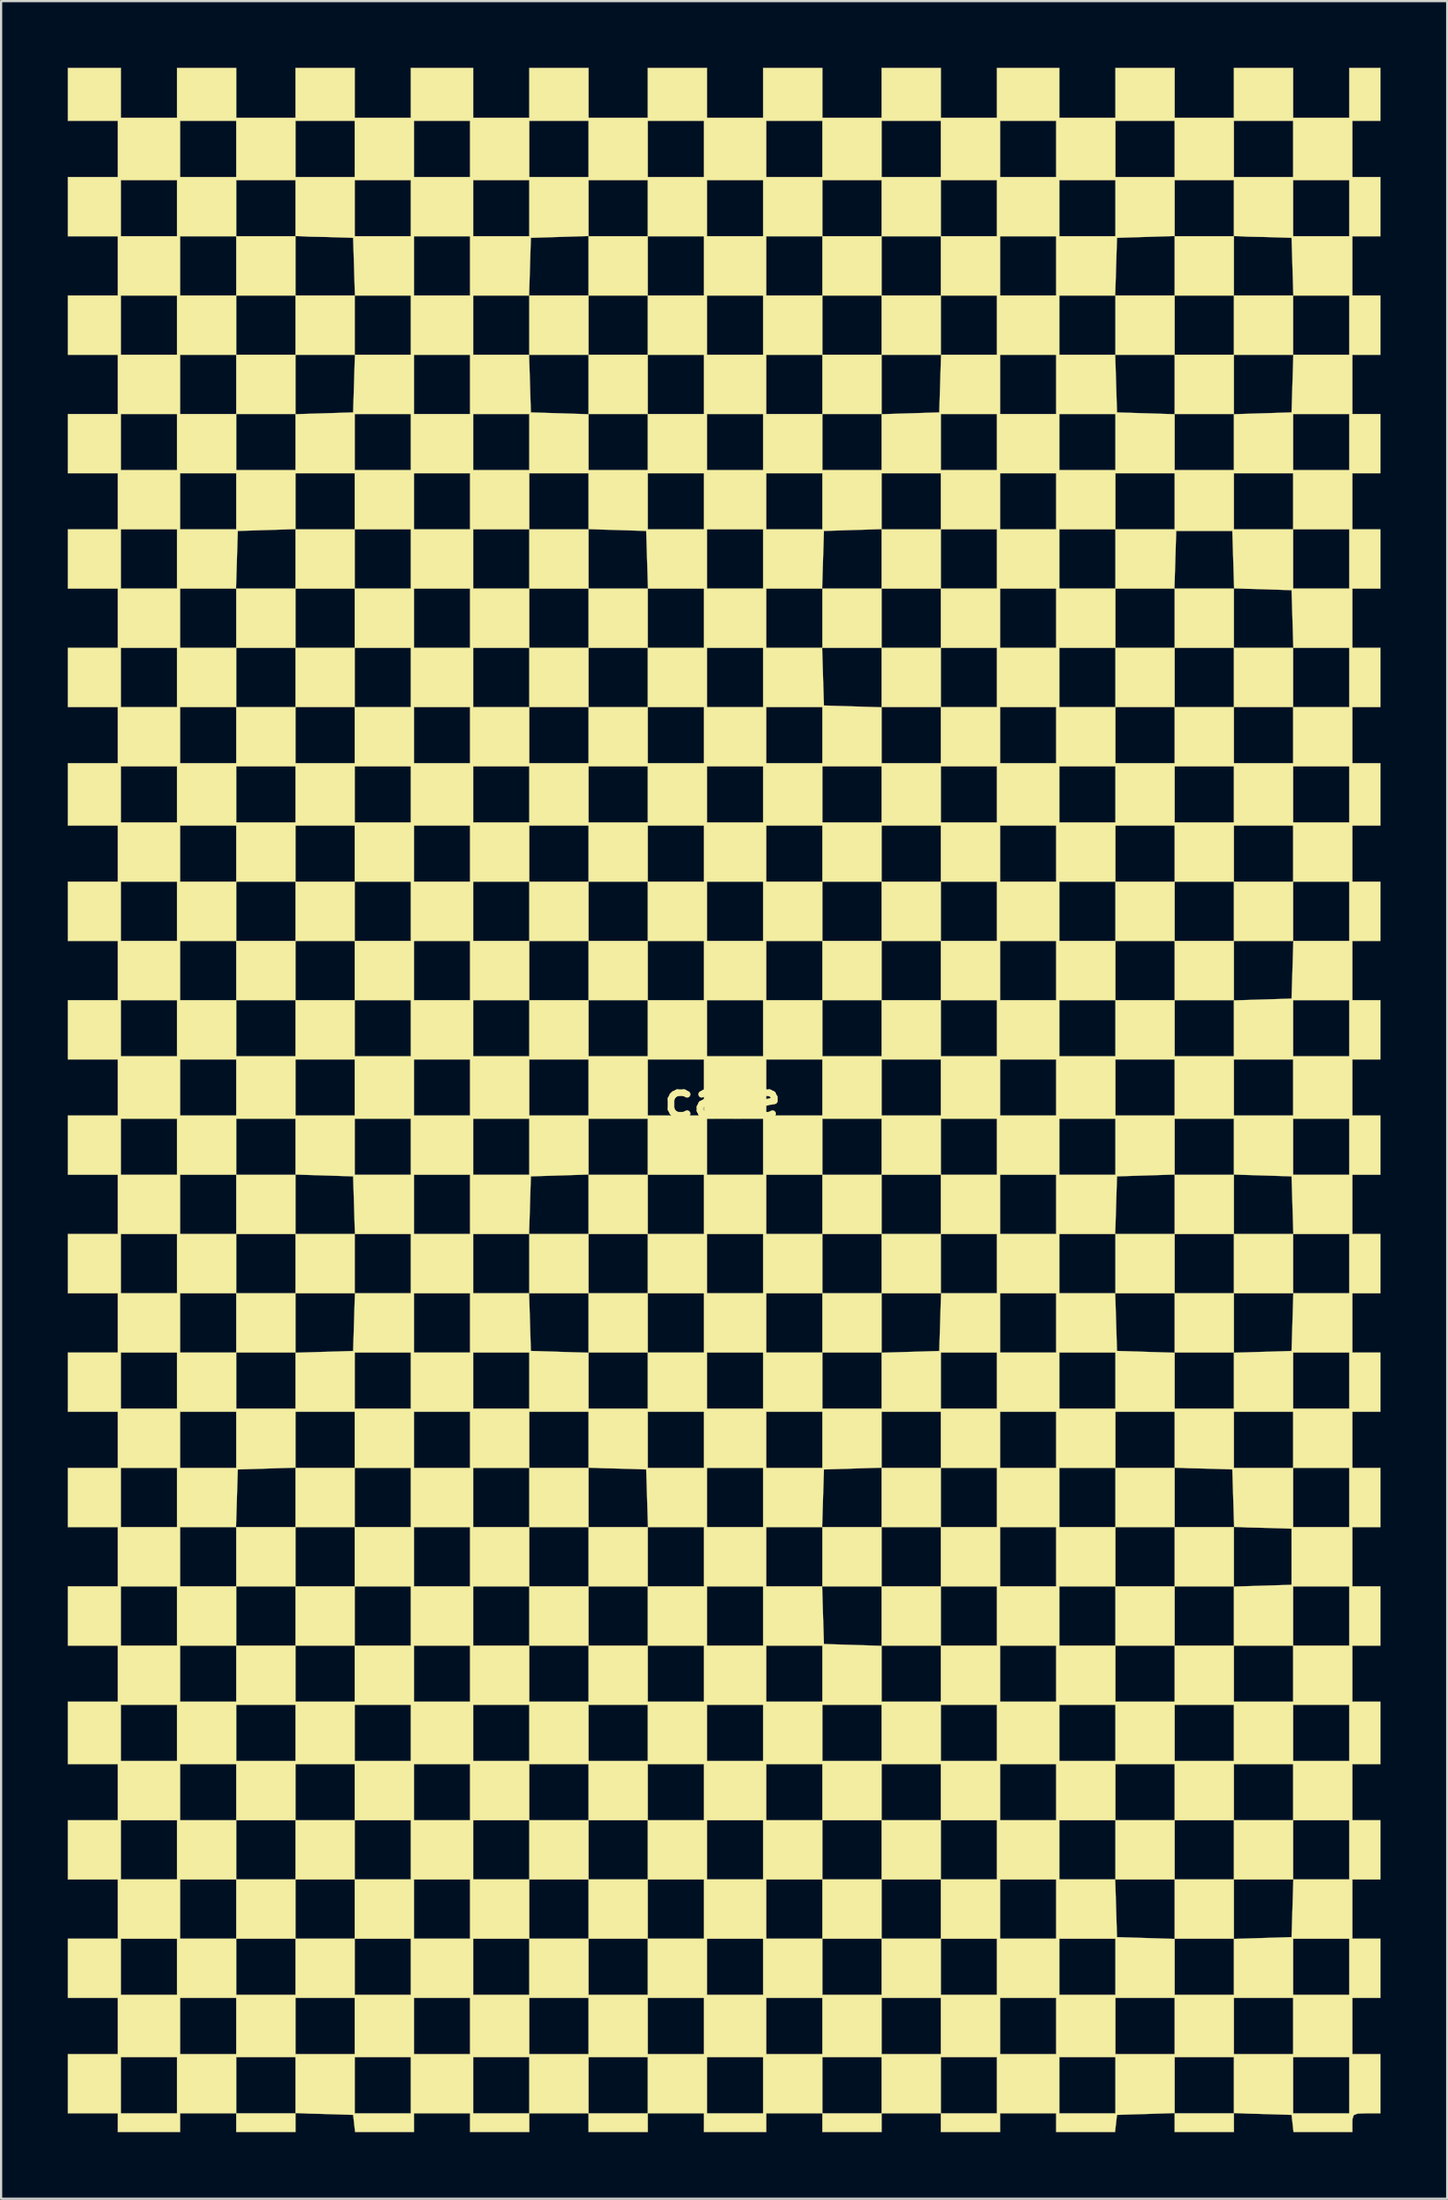
<source format=kicad_pcb>
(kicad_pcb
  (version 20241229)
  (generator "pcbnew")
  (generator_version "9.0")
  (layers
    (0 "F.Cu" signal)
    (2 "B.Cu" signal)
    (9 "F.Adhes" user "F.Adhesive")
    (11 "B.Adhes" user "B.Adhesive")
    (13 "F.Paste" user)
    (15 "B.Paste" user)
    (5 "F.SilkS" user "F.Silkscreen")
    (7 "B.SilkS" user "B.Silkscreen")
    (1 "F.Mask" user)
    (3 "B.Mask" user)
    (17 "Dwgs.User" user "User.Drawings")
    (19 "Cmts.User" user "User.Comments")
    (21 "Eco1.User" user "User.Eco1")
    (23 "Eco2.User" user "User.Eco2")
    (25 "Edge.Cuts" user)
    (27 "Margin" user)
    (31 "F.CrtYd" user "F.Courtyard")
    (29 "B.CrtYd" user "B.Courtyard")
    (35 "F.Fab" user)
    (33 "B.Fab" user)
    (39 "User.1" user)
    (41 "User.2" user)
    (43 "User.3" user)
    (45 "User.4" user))
  (footprint "case"
    (layer "F.Cu")
    (at 29.475 46.455)
    (property "Reference" "case" (at 0 0 0) (layer "F.SilkS") (effects (font (size 1.524 1.524) (thickness 0.3))))
    (attr through_hole)
    (fp_poly (pts (xy -19.225 -36.206) (xy -21.892 -36.206) (xy -21.892 -38.872) (xy -19.225 -38.872) (xy -19.225 -36.206)) (stroke (width 0.01) (type solid)) (fill yes) (layer "F.SilkS"))
    (fp_poly (pts (xy -19.225 -30.873) (xy -21.892 -30.873) (xy -21.892 -33.539) (xy -19.225 -33.539) (xy -19.225 -30.873)) (stroke (width 0.01) (type solid)) (fill yes) (layer "F.SilkS"))
    (fp_poly (pts (xy -19.225 -20.348) (xy -21.892 -20.348) (xy -21.892 -23.014) (xy -19.225 -23.014) (xy -19.225 -20.348)) (stroke (width 0.01) (type solid)) (fill yes) (layer "F.SilkS"))
    (fp_poly (pts (xy -19.225 -4.491) (xy -21.892 -4.491) (xy -21.892 -7.157) (xy -19.225 -7.157) (xy -19.225 -4.491)) (stroke (width 0.01) (type solid)) (fill yes) (layer "F.SilkS"))
    (fp_poly (pts (xy -19.225 6.034) (xy -21.892 6.034) (xy -21.892 3.368) (xy -19.225 3.368) (xy -19.225 6.034)) (stroke (width 0.01) (type solid)) (fill yes) (layer "F.SilkS"))
    (fp_poly (pts (xy -19.225 11.367) (xy -21.892 11.367) (xy -21.892 8.701) (xy -19.225 8.701) (xy -19.225 11.367)) (stroke (width 0.01) (type solid)) (fill yes) (layer "F.SilkS"))
    (fp_poly (pts (xy -19.225 21.892) (xy -21.892 21.892) (xy -21.892 19.225) (xy -19.225 19.225) (xy -19.225 21.892)) (stroke (width 0.01) (type solid)) (fill yes) (layer "F.SilkS"))
    (fp_poly (pts (xy -19.225 37.749) (xy -21.892 37.749) (xy -21.892 35.083) (xy -19.225 35.083) (xy -19.225 37.749)) (stroke (width 0.01) (type solid)) (fill yes) (layer "F.SilkS"))
    (fp_poly (pts (xy -19.225 46.45) (xy -21.892 46.45) (xy -21.892 45.608) (xy -19.225 45.608) (xy -19.225 46.45)) (stroke (width 0.01) (type solid)) (fill yes) (layer "F.SilkS"))
    (fp_poly (pts (xy -16.559 -33.539) (xy -19.225 -33.539) (xy -19.225 -36.206) (xy -16.559 -36.206) (xy -16.559 -33.539)) (stroke (width 0.01) (type solid)) (fill yes) (layer "F.SilkS"))
    (fp_poly (pts (xy -16.559 -23.014) (xy -19.225 -23.014) (xy -19.225 -25.681) (xy -16.559 -25.681) (xy -16.559 -23.014)) (stroke (width 0.01) (type solid)) (fill yes) (layer "F.SilkS"))
    (fp_poly (pts (xy -16.559 -17.682) (xy -19.225 -17.682) (xy -19.225 -20.348) (xy -16.559 -20.348) (xy -16.559 -17.682)) (stroke (width 0.01) (type solid)) (fill yes) (layer "F.SilkS"))
    (fp_poly (pts (xy -16.559 -7.157) (xy -19.225 -7.157) (xy -19.225 -9.823) (xy -16.559 -9.823) (xy -16.559 -7.157)) (stroke (width 0.01) (type solid)) (fill yes) (layer "F.SilkS"))
    (fp_poly (pts (xy -16.559 8.701) (xy -19.225 8.701) (xy -19.225 6.034) (xy -16.559 6.034) (xy -16.559 8.701)) (stroke (width 0.01) (type solid)) (fill yes) (layer "F.SilkS"))
    (fp_poly (pts (xy -16.559 19.225) (xy -19.225 19.225) (xy -19.225 16.559) (xy -16.559 16.559) (xy -16.559 19.225)) (stroke (width 0.01) (type solid)) (fill yes) (layer "F.SilkS"))
    (fp_poly (pts (xy -16.559 24.558) (xy -19.225 24.558) (xy -19.225 21.892) (xy -16.559 21.892) (xy -16.559 24.558)) (stroke (width 0.01) (type solid)) (fill yes) (layer "F.SilkS"))
    (fp_poly (pts (xy -16.559 35.083) (xy -19.225 35.083) (xy -19.225 32.417) (xy -16.559 32.417) (xy -16.559 35.083)) (stroke (width 0.01) (type solid)) (fill yes) (layer "F.SilkS"))
    (fp_poly (pts (xy -6.034 -33.539) (xy -8.701 -33.539) (xy -8.701 -36.206) (xy -6.034 -36.206) (xy -6.034 -33.539)) (stroke (width 0.01) (type solid)) (fill yes) (layer "F.SilkS"))
    (fp_poly (pts (xy -6.034 -23.014) (xy -8.701 -23.014) (xy -8.701 -25.681) (xy -6.034 -25.681) (xy -6.034 -23.014)) (stroke (width 0.01) (type solid)) (fill yes) (layer "F.SilkS"))
    (fp_poly (pts (xy -6.034 -17.682) (xy -8.701 -17.682) (xy -8.701 -20.348) (xy -6.034 -20.348) (xy -6.034 -17.682)) (stroke (width 0.01) (type solid)) (fill yes) (layer "F.SilkS"))
    (fp_poly (pts (xy -6.034 -7.157) (xy -8.701 -7.157) (xy -8.701 -9.823) (xy -6.034 -9.823) (xy -6.034 -7.157)) (stroke (width 0.01) (type solid)) (fill yes) (layer "F.SilkS"))
    (fp_poly (pts (xy -6.034 8.701) (xy -8.701 8.701) (xy -8.701 6.034) (xy -6.034 6.034) (xy -6.034 8.701)) (stroke (width 0.01) (type solid)) (fill yes) (layer "F.SilkS"))
    (fp_poly (pts (xy -6.034 19.225) (xy -8.701 19.225) (xy -8.701 16.559) (xy -6.034 16.559) (xy -6.034 19.225)) (stroke (width 0.01) (type solid)) (fill yes) (layer "F.SilkS"))
    (fp_poly (pts (xy -6.034 24.558) (xy -8.701 24.558) (xy -8.701 21.892) (xy -6.034 21.892) (xy -6.034 24.558)) (stroke (width 0.01) (type solid)) (fill yes) (layer "F.SilkS"))
    (fp_poly (pts (xy -6.034 35.083) (xy -8.701 35.083) (xy -8.701 32.417) (xy -6.034 32.417) (xy -6.034 35.083)) (stroke (width 0.01) (type solid)) (fill yes) (layer "F.SilkS"))
    (fp_poly (pts (xy -3.368 -36.206) (xy -6.034 -36.206) (xy -6.034 -38.872) (xy -3.368 -38.872) (xy -3.368 -36.206)) (stroke (width 0.01) (type solid)) (fill yes) (layer "F.SilkS"))
    (fp_poly (pts (xy -3.368 -30.873) (xy -6.034 -30.873) (xy -6.034 -33.539) (xy -3.368 -33.539) (xy -3.368 -30.873)) (stroke (width 0.01) (type solid)) (fill yes) (layer "F.SilkS"))
    (fp_poly (pts (xy -3.368 -20.348) (xy -6.034 -20.348) (xy -6.034 -23.014) (xy -3.368 -23.014) (xy -3.368 -20.348)) (stroke (width 0.01) (type solid)) (fill yes) (layer "F.SilkS"))
    (fp_poly (pts (xy -3.368 -4.491) (xy -6.034 -4.491) (xy -6.034 -7.157) (xy -3.368 -7.157) (xy -3.368 -4.491)) (stroke (width 0.01) (type solid)) (fill yes) (layer "F.SilkS"))
    (fp_poly (pts (xy -3.368 6.034) (xy -6.034 6.034) (xy -6.034 3.368) (xy -3.368 3.368) (xy -3.368 6.034)) (stroke (width 0.01) (type solid)) (fill yes) (layer "F.SilkS"))
    (fp_poly (pts (xy -3.368 11.367) (xy -6.034 11.367) (xy -6.034 8.701) (xy -3.368 8.701) (xy -3.368 11.367)) (stroke (width 0.01) (type solid)) (fill yes) (layer "F.SilkS"))
    (fp_poly (pts (xy -3.368 21.892) (xy -6.034 21.892) (xy -6.034 19.225) (xy -3.368 19.225) (xy -3.368 21.892)) (stroke (width 0.01) (type solid)) (fill yes) (layer "F.SilkS"))
    (fp_poly (pts (xy -3.368 37.749) (xy -6.034 37.749) (xy -6.034 35.083) (xy -3.368 35.083) (xy -3.368 37.749)) (stroke (width 0.01) (type solid)) (fill yes) (layer "F.SilkS"))
    (fp_poly (pts (xy 7.157 -36.206) (xy 4.491 -36.206) (xy 4.491 -38.872) (xy 7.157 -38.872) (xy 7.157 -36.206)) (stroke (width 0.01) (type solid)) (fill yes) (layer "F.SilkS"))
    (fp_poly (pts (xy 7.157 -30.873) (xy 4.491 -30.873) (xy 4.491 -33.539) (xy 7.157 -33.539) (xy 7.157 -30.873)) (stroke (width 0.01) (type solid)) (fill yes) (layer "F.SilkS"))
    (fp_poly (pts (xy 7.157 -20.348) (xy 4.491 -20.348) (xy 4.491 -23.014) (xy 7.157 -23.014) (xy 7.157 -20.348)) (stroke (width 0.01) (type solid)) (fill yes) (layer "F.SilkS"))
    (fp_poly (pts (xy 7.157 -4.491) (xy 4.491 -4.491) (xy 4.491 -7.157) (xy 7.157 -7.157) (xy 7.157 -4.491)) (stroke (width 0.01) (type solid)) (fill yes) (layer "F.SilkS"))
    (fp_poly (pts (xy 7.157 6.034) (xy 4.491 6.034) (xy 4.491 3.368) (xy 7.157 3.368) (xy 7.157 6.034)) (stroke (width 0.01) (type solid)) (fill yes) (layer "F.SilkS"))
    (fp_poly (pts (xy 7.157 11.367) (xy 4.491 11.367) (xy 4.491 8.701) (xy 7.157 8.701) (xy 7.157 11.367)) (stroke (width 0.01) (type solid)) (fill yes) (layer "F.SilkS"))
    (fp_poly (pts (xy 7.157 21.892) (xy 4.491 21.892) (xy 4.491 19.225) (xy 7.157 19.225) (xy 7.157 21.892)) (stroke (width 0.01) (type solid)) (fill yes) (layer "F.SilkS"))
    (fp_poly (pts (xy 7.157 37.749) (xy 4.491 37.749) (xy 4.491 35.083) (xy 7.157 35.083) (xy 7.157 37.749)) (stroke (width 0.01) (type solid)) (fill yes) (layer "F.SilkS"))
    (fp_poly (pts (xy 9.823 -33.539) (xy 7.157 -33.539) (xy 7.157 -36.206) (xy 9.823 -36.206) (xy 9.823 -33.539)) (stroke (width 0.01) (type solid)) (fill yes) (layer "F.SilkS"))
    (fp_poly (pts (xy 9.823 -23.014) (xy 7.157 -23.014) (xy 7.157 -25.681) (xy 9.823 -25.681) (xy 9.823 -23.014)) (stroke (width 0.01) (type solid)) (fill yes) (layer "F.SilkS"))
    (fp_poly (pts (xy 9.823 -17.682) (xy 7.157 -17.682) (xy 7.157 -20.348) (xy 9.823 -20.348) (xy 9.823 -17.682)) (stroke (width 0.01) (type solid)) (fill yes) (layer "F.SilkS"))
    (fp_poly (pts (xy 9.823 -7.157) (xy 7.157 -7.157) (xy 7.157 -9.823) (xy 9.823 -9.823) (xy 9.823 -7.157)) (stroke (width 0.01) (type solid)) (fill yes) (layer "F.SilkS"))
    (fp_poly (pts (xy 9.823 8.701) (xy 7.157 8.701) (xy 7.157 6.034) (xy 9.823 6.034) (xy 9.823 8.701)) (stroke (width 0.01) (type solid)) (fill yes) (layer "F.SilkS"))
    (fp_poly (pts (xy 9.823 19.225) (xy 7.157 19.225) (xy 7.157 16.559) (xy 9.823 16.559) (xy 9.823 19.225)) (stroke (width 0.01) (type solid)) (fill yes) (layer "F.SilkS"))
    (fp_poly (pts (xy 9.823 24.558) (xy 7.157 24.558) (xy 7.157 21.892) (xy 9.823 21.892) (xy 9.823 24.558)) (stroke (width 0.01) (type solid)) (fill yes) (layer "F.SilkS"))
    (fp_poly (pts (xy 9.823 35.083) (xy 7.157 35.083) (xy 7.157 32.417) (xy 9.823 32.417) (xy 9.823 35.083)) (stroke (width 0.01) (type solid)) (fill yes) (layer "F.SilkS"))
    (fp_poly (pts (xy 20.348 -17.682) (xy 17.682 -17.682) (xy 17.682 -20.348) (xy 20.348 -20.348) (xy 20.348 -17.682)) (stroke (width 0.01) (type solid)) (fill yes) (layer "F.SilkS"))
    (fp_poly (pts (xy 20.348 -7.157) (xy 17.682 -7.157) (xy 17.682 -9.823) (xy 20.348 -9.823) (xy 20.348 -7.157)) (stroke (width 0.01) (type solid)) (fill yes) (layer "F.SilkS"))
    (fp_poly (pts (xy 20.348 19.225) (xy 17.682 19.225) (xy 17.682 16.559) (xy 20.348 16.559) (xy 20.348 19.225)) (stroke (width 0.01) (type solid)) (fill yes) (layer "F.SilkS"))
    (fp_poly (pts (xy 20.348 24.558) (xy 17.682 24.558) (xy 17.682 21.892) (xy 20.348 21.892) (xy 20.348 24.558)) (stroke (width 0.01) (type solid)) (fill yes) (layer "F.SilkS"))
    (fp_poly (pts (xy 20.348 35.083) (xy 17.682 35.083) (xy 17.682 32.417) (xy 20.348 32.417) (xy 20.348 35.083)) (stroke (width 0.01) (type solid)) (fill yes) (layer "F.SilkS"))
    (fp_poly (pts (xy 23.014 -20.348) (xy 20.348 -20.348) (xy 20.348 -23.014) (xy 23.014 -23.014) (xy 23.014 -20.348)) (stroke (width 0.01) (type solid)) (fill yes) (layer "F.SilkS"))
    (fp_poly (pts (xy 23.014 -4.491) (xy 20.348 -4.491) (xy 20.348 -7.157) (xy 23.014 -7.157) (xy 23.014 -4.491)) (stroke (width 0.01) (type solid)) (fill yes) (layer "F.SilkS"))
    (fp_poly (pts (xy 23.014 21.892) (xy 20.348 21.892) (xy 20.348 19.225) (xy 23.014 19.225) (xy 23.014 21.892)) (stroke (width 0.01) (type solid)) (fill yes) (layer "F.SilkS"))
    (fp_poly (pts (xy 23.014 37.749) (xy 20.348 37.749) (xy 20.348 35.083) (xy 23.014 35.083) (xy 23.014 37.749)) (stroke (width 0.01) (type solid)) (fill yes) (layer "F.SilkS"))
    (fp_poly (pts (xy 23.014 46.45) (xy 20.348 46.45) (xy 20.348 45.608) (xy 23.014 45.608) (xy 23.014 46.45)) (stroke (width 0.01) (type solid)) (fill yes) (layer "F.SilkS"))
    (fp_poly (pts (xy 25.681 -17.682) (xy 23.014 -17.682) (xy 23.014 -20.348) (xy 25.681 -20.348) (xy 25.681 -17.682)) (stroke (width 0.01) (type solid)) (fill yes) (layer "F.SilkS"))
    (fp_poly (pts (xy 25.681 -7.157) (xy 23.014 -7.157) (xy 23.014 -9.823) (xy 25.681 -9.823) (xy 25.681 -7.157)) (stroke (width 0.01) (type solid)) (fill yes) (layer "F.SilkS"))
    (fp_poly (pts (xy 25.681 35.083) (xy 23.014 35.083) (xy 23.014 32.417) (xy 25.681 32.417) (xy 25.681 35.083)) (stroke (width 0.01) (type solid)) (fill yes) (layer "F.SilkS"))
    (fp_poly (pts (xy 25.681 -36.206) (xy 25.681 -33.539) (xy 23.014 -33.539) (xy 23.014 -30.873) (xy 20.348 -30.873) (xy 20.348 -33.539) (xy 17.682 -33.539) (xy 17.682 -36.206) (xy 20.348 -36.206) (xy 20.348 -33.539) (xy 23.014 -33.539) (xy 23.014 -36.206) (xy 20.348 -36.206) (xy 20.348 -38.872) (xy 23.014 -38.872) (xy 23.014 -36.206) (xy 25.681 -36.206)) (stroke (width 0.01) (type solid)) (fill yes) (layer "F.SilkS"))
    (fp_poly (pts (xy 25.681 6.034) (xy 25.681 8.701) (xy 23.014 8.701) (xy 23.014 11.367) (xy 20.348 11.367) (xy 20.348 8.701) (xy 17.682 8.701) (xy 17.682 6.034) (xy 20.348 6.034) (xy 20.348 8.701) (xy 23.014 8.701) (xy 23.014 6.034) (xy 20.348 6.034) (xy 20.348 3.368) (xy 23.014 3.368) (xy 23.014 6.034) (xy 25.681 6.034)) (stroke (width 0.01) (type solid)) (fill yes) (layer "F.SilkS"))
    (fp_poly (pts (xy -27.084 -44.204) (xy -24.558 -44.204) (xy -24.558 -46.45) (xy -21.892 -46.45) (xy -21.892 -44.204) (xy -19.225 -44.204) (xy -19.225 -46.45) (xy -16.559 -46.45) (xy -16.559 -44.204) (xy -14.033 -44.204) (xy -14.033 -46.45) (xy -11.227 -46.45) (xy -11.227 -44.204) (xy -8.701 -44.204) (xy -8.701 -46.45) (xy -6.034 -46.45) (xy -6.034 -44.204) (xy -3.368 -44.204) (xy -3.368 -46.45) (xy -0.702 -46.45) (xy -0.702 -44.204) (xy 1.824 -44.204) (xy 1.824 -46.45) (xy 4.491 -46.45) (xy 4.491 -44.204) (xy 7.157 -44.204) (xy 7.157 -46.45) (xy 9.823 -46.45) (xy 9.823 -44.204) (xy 12.349 -44.204) (xy 12.349 -46.45) (xy 15.156 -46.45) (xy 15.156 -44.204) (xy 17.682 -44.204) (xy 17.682 -46.45) (xy 20.348 -46.45) (xy 20.348 -44.204) (xy 23.014 -44.204) (xy 23.014 -46.45) (xy 25.681 -46.45) (xy 25.681 -44.204) (xy 28.207 -44.204) (xy 28.207 -46.45) (xy 29.61 -46.45) (xy 29.61 -44.064) (xy 28.347 -44.064) (xy 28.347 -41.538) (xy 29.61 -41.538) (xy 29.61 -38.872) (xy 28.347 -38.872) (xy 28.347 -36.206) (xy 29.61 -36.206) (xy 29.61 -33.539) (xy 28.347 -33.539) (xy 28.347 -30.873) (xy 29.61 -30.873) (xy 29.61 -28.207) (xy 28.347 -28.207) (xy 28.347 -25.681) (xy 29.61 -25.681) (xy 29.61 -23.014) (xy 28.347 -23.014) (xy 28.347 -20.348) (xy 29.61 -20.348) (xy 29.61 -17.682) (xy 28.347 -17.682) (xy 28.347 -15.156) (xy 29.61 -15.156) (xy 29.61 -12.349) (xy 28.347 -12.349) (xy 28.347 -9.823) (xy 29.61 -9.823) (xy 29.61 -7.157) (xy 28.347 -7.157) (xy 28.347 -4.491) (xy 29.61 -4.491) (xy 29.61 -1.824) (xy 28.347 -1.824) (xy 28.347 0.702) (xy 29.61 0.702) (xy 29.61 3.368) (xy 28.347 3.368) (xy 28.347 6.034) (xy 29.61 6.034) (xy 29.61 8.701) (xy 28.347 8.701) (xy 28.347 11.367) (xy 29.61 11.367) (xy 29.61 14.033) (xy 28.347 14.033) (xy 28.347 16.559) (xy 29.61 16.559) (xy 29.61 19.225) (xy 28.347 19.225) (xy 28.347 21.892) (xy 29.61 21.892) (xy 29.61 24.558) (xy 28.347 24.558) (xy 28.347 27.084) (xy 29.61 27.084) (xy 29.61 29.891) (xy 28.347 29.891) (xy 28.347 32.417) (xy 29.61 32.417) (xy 29.61 35.083) (xy 28.347 35.083) (xy 28.347 37.749) (xy 29.61 37.749) (xy 29.61 40.415) (xy 28.347 40.415) (xy 28.347 42.941) (xy 29.61 42.941) (xy 29.61 45.608) (xy 28.978 45.608) (xy 28.59 45.62) (xy 28.406 45.69) (xy 28.351 45.87) (xy 28.347 46.029) (xy 28.347 46.45) (xy 25.699 46.45) (xy 25.655 46.064) (xy 25.61 45.678) (xy 24.312 45.638) (xy 23.014 45.597) (xy 23.014 43.082) (xy 25.681 43.082) (xy 25.681 45.608) (xy 28.207 45.608) (xy 28.207 43.082) (xy 25.681 43.082) (xy 23.014 43.082) (xy 20.348 43.082) (xy 20.348 45.597) (xy 19.05 45.638) (xy 17.752 45.678) (xy 17.708 46.064) (xy 17.663 46.45) (xy 15.015 46.45) (xy 15.015 45.608) (xy 12.49 45.608) (xy 12.49 46.45) (xy 9.823 46.45) (xy 9.823 45.608) (xy 7.157 45.608) (xy 7.157 46.45) (xy 4.491 46.45) (xy 4.491 45.608) (xy 1.965 45.608) (xy 1.965 46.45) (xy -0.842 46.45) (xy -0.842 45.608) (xy -3.368 45.608) (xy -3.368 46.45) (xy -6.034 46.45) (xy -6.034 45.608) (xy -8.701 45.608) (xy -8.701 46.45) (xy -11.367 46.45) (xy -11.367 45.608) (xy -13.893 45.608) (xy -13.893 46.45) (xy -16.54 46.45) (xy -16.585 46.064) (xy -16.629 45.678) (xy -17.927 45.638) (xy -19.225 45.597) (xy -19.225 43.082) (xy -16.559 43.082) (xy -16.559 45.608) (xy -14.033 45.608) (xy -14.033 43.082) (xy -11.227 43.082) (xy -11.227 45.608) (xy -8.701 45.608) (xy -8.701 43.082) (xy -6.034 43.082) (xy -6.034 45.608) (xy -3.368 45.608) (xy -3.368 43.082) (xy -0.702 43.082) (xy -0.702 45.608) (xy 1.824 45.608) (xy 1.824 43.082) (xy 4.491 43.082) (xy 4.491 45.608) (xy 7.157 45.608) (xy 7.157 43.082) (xy 9.823 43.082) (xy 9.823 45.608) (xy 12.349 45.608) (xy 12.349 43.082) (xy 15.156 43.082) (xy 15.156 45.608) (xy 17.682 45.608) (xy 17.682 43.082) (xy 15.156 43.082) (xy 12.349 43.082) (xy 9.823 43.082) (xy 7.157 43.082) (xy 4.491 43.082) (xy 1.824 43.082) (xy -0.702 43.082) (xy -3.368 43.082) (xy -6.034 43.082) (xy -8.701 43.082) (xy -11.227 43.082) (xy -14.033 43.082) (xy -16.559 43.082) (xy -19.225 43.082) (xy -21.892 43.082) (xy -21.892 45.608) (xy -24.418 45.608) (xy -24.418 46.45) (xy -27.224 46.45) (xy -27.224 45.608) (xy -29.47 45.608) (xy -29.47 43.082) (xy -27.084 43.082) (xy -27.084 45.608) (xy -24.558 45.608) (xy -24.558 43.082) (xy -27.084 43.082) (xy -29.47 43.082) (xy -29.47 42.941) (xy -27.224 42.941) (xy -27.224 40.415) (xy -24.418 40.415) (xy -24.418 42.941) (xy -21.892 42.941) (xy -21.892 40.415) (xy -19.225 40.415) (xy -19.225 42.941) (xy -16.559 42.941) (xy -16.559 40.415) (xy -13.893 40.415) (xy -13.893 42.941) (xy -11.367 42.941) (xy -11.367 40.415) (xy -8.701 40.415) (xy -8.701 42.941) (xy -6.034 42.941) (xy -6.034 40.415) (xy -3.368 40.415) (xy -3.368 42.941) (xy -0.842 42.941) (xy -0.842 40.415) (xy 1.965 40.415) (xy 1.965 42.941) (xy 4.491 42.941) (xy 4.491 40.415) (xy 7.157 40.415) (xy 7.157 42.941) (xy 9.823 42.941) (xy 9.823 40.415) (xy 12.49 40.415) (xy 12.49 42.941) (xy 15.015 42.941) (xy 15.015 40.415) (xy 17.682 40.415) (xy 17.682 42.941) (xy 20.348 42.941) (xy 20.348 40.415) (xy 23.014 40.415) (xy 23.014 42.941) (xy 25.681 42.941) (xy 25.681 40.415) (xy 23.014 40.415) (xy 20.348 40.415) (xy 17.682 40.415) (xy 15.015 40.415) (xy 12.49 40.415) (xy 9.823 40.415) (xy 7.157 40.415) (xy 4.491 40.415) (xy 1.965 40.415) (xy -0.842 40.415) (xy -3.368 40.415) (xy -6.034 40.415) (xy -8.701 40.415) (xy -11.367 40.415) (xy -13.893 40.415) (xy -16.559 40.415) (xy -19.225 40.415) (xy -21.892 40.415) (xy -24.418 40.415) (xy -27.224 40.415) (xy -29.47 40.415) (xy -29.47 37.749) (xy -27.224 37.749) (xy -27.084 37.749) (xy -27.084 40.275) (xy -24.558 40.275) (xy -24.558 37.749) (xy -27.084 37.749) (xy -27.224 37.749) (xy -27.224 35.083) (xy -29.47 35.083) (xy -29.47 32.417) (xy -27.224 32.417) (xy -27.084 32.417) (xy -27.084 35.083) (xy -24.558 35.083) (xy -24.418 35.083) (xy -24.418 37.749) (xy -21.892 37.749) (xy -21.892 40.275) (xy -19.225 40.275) (xy -19.225 37.749) (xy -16.559 37.749) (xy -16.559 40.275) (xy -14.033 40.275) (xy -14.033 37.749) (xy -16.559 37.749) (xy -16.559 35.083) (xy -14.033 35.083) (xy -13.893 35.083) (xy -13.893 37.749) (xy -11.367 37.749) (xy -11.227 37.749) (xy -11.227 40.275) (xy -8.701 40.275) (xy -8.701 37.749) (xy -11.227 37.749) (xy -11.367 37.749) (xy -11.367 35.083) (xy -13.893 35.083) (xy -14.033 35.083) (xy -14.033 32.417) (xy -16.559 32.417) (xy -16.559 29.891) (xy -13.893 29.891) (xy -13.893 32.417) (xy -11.367 32.417) (xy -11.227 32.417) (xy -11.227 35.083) (xy -8.701 35.083) (xy -8.701 37.749) (xy -6.034 37.749) (xy -6.034 40.275) (xy -3.368 40.275) (xy -3.368 37.749) (xy -0.842 37.749) (xy -0.702 37.749) (xy -0.702 40.275) (xy 1.824 40.275) (xy 1.824 37.749) (xy -0.702 37.749) (xy -0.842 37.749) (xy -0.842 35.083) (xy -3.368 35.083) (xy -3.368 32.417) (xy -6.034 32.417) (xy -6.034 29.891) (xy -3.368 29.891) (xy -3.368 32.417) (xy -0.842 32.417) (xy -0.702 32.417) (xy -0.702 35.083) (xy 1.824 35.083) (xy 1.965 35.083) (xy 1.965 37.749) (xy 4.491 37.749) (xy 4.491 40.275) (xy 7.157 40.275) (xy 7.157 37.749) (xy 9.823 37.749) (xy 9.823 40.275) (xy 12.349 40.275) (xy 12.349 37.749) (xy 9.823 37.749) (xy 9.823 35.083) (xy 12.349 35.083) (xy 12.49 35.083) (xy 12.49 37.749) (xy 15.015 37.749) (xy 15.156 37.749) (xy 15.156 40.275) (xy 17.682 40.275) (xy 17.682 37.749) (xy 15.156 37.749) (xy 15.015 37.749) (xy 15.015 35.083) (xy 12.49 35.083) (xy 12.349 35.083) (xy 12.349 32.417) (xy 9.823 32.417) (xy 9.823 29.891) (xy 12.49 29.891) (xy 12.49 32.417) (xy 15.015 32.417) (xy 15.156 32.417) (xy 15.156 35.083) (xy 17.671 35.083) (xy 17.712 36.381) (xy 17.752 37.679) (xy 19.05 37.719) (xy 20.348 37.76) (xy 20.348 40.275) (xy 23.014 40.275) (xy 23.014 37.76) (xy 23.353 37.749) (xy 25.681 37.749) (xy 25.681 40.275) (xy 28.207 40.275) (xy 28.207 37.749) (xy 25.681 37.749) (xy 23.353 37.749) (xy 24.312 37.719) (xy 25.61 37.679) (xy 25.651 36.381) (xy 25.691 35.083) (xy 28.207 35.083) (xy 28.207 32.417) (xy 25.681 32.417) (xy 25.681 29.891) (xy 23.014 29.891) (xy 23.014 32.417) (xy 20.348 32.417) (xy 20.348 29.891) (xy 17.682 29.891) (xy 17.682 32.417) (xy 15.156 32.417) (xy 15.015 32.417) (xy 15.015 29.891) (xy 12.49 29.891) (xy 9.823 29.891) (xy 7.157 29.891) (xy 7.157 32.417) (xy 4.491 32.417) (xy 4.491 35.083) (xy 1.965 35.083) (xy 1.824 35.083) (xy 1.824 32.417) (xy -0.702 32.417) (xy -0.842 32.417) (xy -0.842 29.891) (xy 1.965 29.891) (xy 1.965 32.417) (xy 4.491 32.417) (xy 4.491 29.891) (xy 1.965 29.891) (xy -0.842 29.891) (xy -3.368 29.891) (xy -6.034 29.891) (xy -8.701 29.891) (xy -8.701 32.417) (xy -11.227 32.417) (xy -11.367 32.417) (xy -11.367 29.891) (xy -13.893 29.891) (xy -16.559 29.891) (xy -19.225 29.891) (xy -19.225 32.417) (xy -21.892 32.417) (xy -21.892 35.083) (xy -24.418 35.083) (xy -24.558 35.083) (xy -24.558 32.417) (xy -27.084 32.417) (xy -27.224 32.417) (xy -27.224 29.891) (xy -24.418 29.891) (xy -24.418 32.417) (xy -21.892 32.417) (xy -21.892 29.891) (xy -24.418 29.891) (xy -27.224 29.891) (xy -29.47 29.891) (xy -29.47 27.224) (xy -27.084 27.224) (xy -27.084 29.75) (xy -24.558 29.75) (xy -24.558 27.224) (xy -21.892 27.224) (xy -21.892 29.75) (xy -19.225 29.75) (xy -19.225 27.224) (xy -16.559 27.224) (xy -16.559 29.75) (xy -14.033 29.75) (xy -14.033 27.224) (xy -11.227 27.224) (xy -11.227 29.75) (xy -8.701 29.75) (xy -8.701 27.224) (xy -6.034 27.224) (xy -6.034 29.75) (xy -3.368 29.75) (xy -3.368 27.224) (xy -0.702 27.224) (xy -0.702 29.75) (xy 1.824 29.75) (xy 1.824 27.224) (xy 4.491 27.224) (xy 4.491 29.75) (xy 7.157 29.75) (xy 7.157 27.224) (xy 9.823 27.224) (xy 9.823 29.75) (xy 12.349 29.75) (xy 12.349 27.224) (xy 15.156 27.224) (xy 15.156 29.75) (xy 17.682 29.75) (xy 17.682 27.224) (xy 20.348 27.224) (xy 20.348 29.75) (xy 23.014 29.75) (xy 23.014 27.224) (xy 25.681 27.224) (xy 25.681 29.75) (xy 28.207 29.75) (xy 28.207 27.224) (xy 25.681 27.224) (xy 23.014 27.224) (xy 20.348 27.224) (xy 17.682 27.224) (xy 15.156 27.224) (xy 12.349 27.224) (xy 9.823 27.224) (xy 7.157 27.224) (xy 4.491 27.224) (xy 1.824 27.224) (xy -0.702 27.224) (xy -3.368 27.224) (xy -6.034 27.224) (xy -8.701 27.224) (xy -11.227 27.224) (xy -14.033 27.224) (xy -16.559 27.224) (xy -19.225 27.224) (xy -21.892 27.224) (xy -24.558 27.224) (xy -27.084 27.224) (xy -29.47 27.224) (xy -29.47 27.084) (xy -27.224 27.084) (xy -27.224 24.558) (xy -29.47 24.558) (xy -29.47 21.892) (xy -27.224 21.892) (xy -27.084 21.892) (xy -27.084 24.558) (xy -24.558 24.558) (xy -24.418 24.558) (xy -24.418 27.084) (xy -21.892 27.084) (xy -21.892 24.558) (xy -24.418 24.558) (xy -24.558 24.558) (xy -24.558 21.892) (xy -27.084 21.892) (xy -27.224 21.892) (xy -27.224 19.225) (xy -29.47 19.225) (xy -29.47 16.559) (xy -27.224 16.559) (xy -27.084 16.559) (xy -27.084 19.225) (xy -24.558 19.225) (xy -24.418 19.225) (xy -24.418 21.892) (xy -21.892 21.892) (xy -21.892 24.558) (xy -19.225 24.558) (xy -19.225 27.084) (xy -16.559 27.084) (xy -16.559 24.558) (xy -14.033 24.558) (xy -13.893 24.558) (xy -13.893 27.084) (xy -11.367 27.084) (xy -11.367 24.558) (xy -13.893 24.558) (xy -14.033 24.558) (xy -14.033 21.892) (xy -16.559 21.892) (xy -16.559 19.225) (xy -14.033 19.225) (xy -13.893 19.225) (xy -13.893 21.892) (xy -11.367 21.892) (xy -11.367 19.225) (xy -13.893 19.225) (xy -14.033 19.225) (xy -14.033 16.559) (xy -16.559 16.559) (xy -16.559 14.033) (xy -13.893 14.033) (xy -13.893 16.559) (xy -11.367 16.559) (xy -11.227 16.559) (xy -11.227 19.225) (xy -8.701 19.225) (xy -8.701 21.892) (xy -11.227 21.892) (xy -11.227 24.558) (xy -8.701 24.558) (xy -8.701 27.084) (xy -6.034 27.084) (xy -6.034 24.558) (xy -3.368 24.558) (xy -3.368 27.084) (xy -0.842 27.084) (xy -0.842 24.558) (xy -3.368 24.558) (xy -3.368 21.892) (xy -0.842 21.892) (xy -0.702 21.892) (xy -0.702 24.558) (xy 1.824 24.558) (xy 1.965 24.558) (xy 1.965 27.084) (xy 4.491 27.084) (xy 4.491 24.558) (xy 1.965 24.558) (xy 1.824 24.558) (xy 1.824 21.892) (xy -0.702 21.892) (xy -0.842 21.892) (xy -0.842 19.225) (xy -3.357 19.225) (xy -3.398 17.927) (xy -3.438 16.629) (xy -6.034 16.549) (xy -6.034 14.033) (xy -3.368 14.033) (xy -3.368 16.559) (xy -0.842 16.559) (xy -0.702 16.559) (xy -0.702 19.225) (xy 1.824 19.225) (xy 1.965 19.225) (xy 1.965 21.892) (xy 4.48 21.892) (xy 4.52 23.19) (xy 4.561 24.488) (xy 5.859 24.528) (xy 7.157 24.569) (xy 7.157 27.084) (xy 9.823 27.084) (xy 9.823 24.558) (xy 12.349 24.558) (xy 12.49 24.558) (xy 12.49 27.084) (xy 15.015 27.084) (xy 15.015 24.558) (xy 12.49 24.558) (xy 12.349 24.558) (xy 12.349 21.892) (xy 9.823 21.892) (xy 9.823 19.225) (xy 12.349 19.225) (xy 12.49 19.225) (xy 12.49 21.892) (xy 15.015 21.892) (xy 15.015 19.225) (xy 12.49 19.225) (xy 12.349 19.225) (xy 12.349 16.559) (xy 9.823 16.559) (xy 9.823 14.033) (xy 12.49 14.033) (xy 12.49 16.559) (xy 15.015 16.559) (xy 15.156 16.559) (xy 15.156 19.225) (xy 17.682 19.225) (xy 17.682 21.892) (xy 15.156 21.892) (xy 15.156 24.558) (xy 17.682 24.558) (xy 17.682 27.084) (xy 20.348 27.084) (xy 20.348 24.558) (xy 23.014 24.558) (xy 23.014 27.084) (xy 25.681 27.084) (xy 25.681 24.558) (xy 23.014 24.558) (xy 23.014 21.902) (xy 23.353 21.892) (xy 25.681 21.892) (xy 25.681 24.558) (xy 28.207 24.558) (xy 28.207 21.892) (xy 25.681 21.892) (xy 23.353 21.892) (xy 24.312 21.862) (xy 25.61 21.822) (xy 25.61 19.296) (xy 23.025 19.215) (xy 22.944 16.629) (xy 21.646 16.589) (xy 20.348 16.549) (xy 20.348 14.033) (xy 23.014 14.033) (xy 23.014 16.559) (xy 25.681 16.559) (xy 25.681 19.225) (xy 28.207 19.225) (xy 28.207 16.559) (xy 25.681 16.559) (xy 25.681 14.033) (xy 23.014 14.033) (xy 20.348 14.033) (xy 17.682 14.033) (xy 17.682 16.559) (xy 15.156 16.559) (xy 15.015 16.559) (xy 15.015 14.033) (xy 12.49 14.033) (xy 9.823 14.033) (xy 7.157 14.033) (xy 7.157 16.549) (xy 5.859 16.589) (xy 4.561 16.629) (xy 4.52 17.927) (xy 4.48 19.225) (xy 1.965 19.225) (xy 1.824 19.225) (xy 1.824 16.559) (xy -0.702 16.559) (xy -0.842 16.559) (xy -0.842 14.033) (xy 1.965 14.033) (xy 1.965 16.559) (xy 4.491 16.559) (xy 4.491 14.033) (xy 1.965 14.033) (xy -0.842 14.033) (xy -3.368 14.033) (xy -6.034 14.033) (xy -8.701 14.033) (xy -8.701 16.559) (xy -11.227 16.559) (xy -11.367 16.559) (xy -11.367 14.033) (xy -13.893 14.033) (xy -16.559 14.033) (xy -19.225 14.033) (xy -19.225 16.549) (xy -21.822 16.629) (xy -21.862 17.927) (xy -21.902 19.225) (xy -24.418 19.225) (xy -24.558 19.225) (xy -24.558 16.559) (xy -27.084 16.559) (xy -27.224 16.559) (xy -27.224 14.033) (xy -24.418 14.033) (xy -24.418 16.559) (xy -21.892 16.559) (xy -21.892 14.033) (xy -24.418 14.033) (xy -27.224 14.033) (xy -29.47 14.033) (xy -29.47 11.367) (xy -27.224 11.367) (xy -27.084 11.367) (xy -27.084 13.893) (xy -24.558 13.893) (xy -24.558 11.367) (xy -27.084 11.367) (xy -27.224 11.367) (xy -27.224 8.701) (xy -29.47 8.701) (xy -29.47 6.034) (xy -27.224 6.034) (xy -27.084 6.034) (xy -27.084 8.701) (xy -24.558 8.701) (xy -24.558 6.034) (xy -27.084 6.034) (xy -27.224 6.034) (xy -27.224 3.368) (xy -29.47 3.368) (xy -29.47 0.842) (xy -27.084 0.842) (xy -27.084 3.368) (xy -24.558 3.368) (xy -24.418 3.368) (xy -24.418 6.034) (xy -21.892 6.034) (xy -21.892 8.701) (xy -24.418 8.701) (xy -24.418 11.367) (xy -21.892 11.367) (xy -21.892 13.893) (xy -19.225 13.893) (xy -19.225 11.377) (xy -18.887 11.367) (xy -16.559 11.367) (xy -16.559 13.893) (xy -14.033 13.893) (xy -14.033 11.367) (xy -16.559 11.367) (xy -18.887 11.367) (xy -17.927 11.337) (xy -16.629 11.297) (xy -16.549 8.701) (xy -14.033 8.701) (xy -13.893 8.701) (xy -13.893 11.367) (xy -11.367 11.367) (xy -11.227 11.367) (xy -11.227 13.893) (xy -8.701 13.893) (xy -8.701 11.367) (xy -11.227 11.367) (xy -11.367 11.367) (xy -11.367 8.701) (xy -13.893 8.701) (xy -14.033 8.701) (xy -14.033 6.034) (xy -16.549 6.034) (xy -16.629 3.438) (xy -17.927 3.398) (xy -19.225 3.357) (xy -19.225 0.842) (xy -16.559 0.842) (xy -16.559 3.368) (xy -14.033 3.368) (xy -13.893 3.368) (xy -13.893 6.034) (xy -11.367 6.034) (xy -11.227 6.034) (xy -11.227 8.701) (xy -8.711 8.701) (xy -8.63 11.297) (xy -7.332 11.337) (xy -6.034 11.377) (xy -6.034 13.893) (xy -3.368 13.893) (xy -3.368 11.367) (xy -0.842 11.367) (xy -0.702 11.367) (xy -0.702 13.893) (xy 1.824 13.893) (xy 1.824 11.367) (xy -0.702 11.367) (xy -0.842 11.367) (xy -0.842 8.701) (xy -3.368 8.701) (xy -3.368 6.034) (xy -0.842 6.034) (xy -0.702 6.034) (xy -0.702 8.701) (xy 1.824 8.701) (xy 1.824 6.034) (xy -0.702 6.034) (xy -0.842 6.034) (xy -0.842 3.368) (xy -3.368 3.368) (xy -3.368 0.842) (xy -0.702 0.842) (xy -0.702 3.368) (xy 1.824 3.368) (xy 1.965 3.368) (xy 1.965 6.034) (xy 4.491 6.034) (xy 4.491 8.701) (xy 1.965 8.701) (xy 1.965 11.367) (xy 4.491 11.367) (xy 4.491 13.893) (xy 7.157 13.893) (xy 7.157 11.377) (xy 7.496 11.367) (xy 9.823 11.367) (xy 9.823 13.893) (xy 12.349 13.893) (xy 12.349 11.367) (xy 9.823 11.367) (xy 7.496 11.367) (xy 9.753 11.297) (xy 9.834 8.701) (xy 12.349 8.701) (xy 12.49 8.701) (xy 12.49 11.367) (xy 15.015 11.367) (xy 15.156 11.367) (xy 15.156 13.893) (xy 17.682 13.893) (xy 17.682 11.367) (xy 15.156 11.367) (xy 15.015 11.367) (xy 15.015 8.701) (xy 12.49 8.701) (xy 12.349 8.701) (xy 12.349 6.034) (xy 9.823 6.034) (xy 9.823 3.368) (xy 7.157 3.368) (xy 7.157 0.842) (xy 9.823 0.842) (xy 9.823 3.368) (xy 12.349 3.368) (xy 12.49 3.368) (xy 12.49 6.034) (xy 15.015 6.034) (xy 15.156 6.034) (xy 15.156 8.701) (xy 17.671 8.701) (xy 17.712 9.999) (xy 17.752 11.297) (xy 19.05 11.337) (xy 20.348 11.377) (xy 20.348 13.893) (xy 23.014 13.893) (xy 23.014 11.377) (xy 23.353 11.367) (xy 25.681 11.367) (xy 25.681 13.893) (xy 28.207 13.893) (xy 28.207 11.367) (xy 25.681 11.367) (xy 23.353 11.367) (xy 24.312 11.337) (xy 25.61 11.297) (xy 25.691 8.701) (xy 28.207 8.701) (xy 28.207 6.034) (xy 25.691 6.034) (xy 25.61 3.438) (xy 24.312 3.398) (xy 23.014 3.357) (xy 23.014 0.842) (xy 25.681 0.842) (xy 25.681 3.368) (xy 28.207 3.368) (xy 28.207 0.842) (xy 25.681 0.842) (xy 23.014 0.842) (xy 20.348 0.842) (xy 20.348 3.357) (xy 19.05 3.398) (xy 17.752 3.438) (xy 17.712 4.736) (xy 17.671 6.034) (xy 15.156 6.034) (xy 15.015 6.034) (xy 15.015 3.368) (xy 12.49 3.368) (xy 12.349 3.368) (xy 12.349 0.842) (xy 15.156 0.842) (xy 15.156 3.368) (xy 17.682 3.368) (xy 17.682 0.842) (xy 15.156 0.842) (xy 12.349 0.842) (xy 9.823 0.842) (xy 7.157 0.842) (xy 4.491 0.842) (xy 4.491 3.368) (xy 1.965 3.368) (xy 1.824 3.368) (xy 1.824 0.842) (xy -0.702 0.842) (xy -3.368 0.842) (xy -6.034 0.842) (xy -6.034 3.357) (xy -7.332 3.398) (xy -8.63 3.438) (xy -8.711 6.034) (xy -11.227 6.034) (xy -11.367 6.034) (xy -11.367 3.368) (xy -13.893 3.368) (xy -14.033 3.368) (xy -14.033 0.842) (xy -11.227 0.842) (xy -11.227 3.368) (xy -8.701 3.368) (xy -8.701 0.842) (xy -11.227 0.842) (xy -14.033 0.842) (xy -16.559 0.842) (xy -19.225 0.842) (xy -21.892 0.842) (xy -21.892 3.368) (xy -24.418 3.368) (xy -24.558 3.368) (xy -24.558 0.842) (xy -27.084 0.842) (xy -29.47 0.842) (xy -29.47 0.702) (xy -27.224 0.702) (xy -27.224 -1.824) (xy -24.418 -1.824) (xy -24.418 0.702) (xy -21.892 0.702) (xy -21.892 -1.824) (xy -19.225 -1.824) (xy -19.225 0.702) (xy -16.559 0.702) (xy -16.559 -1.824) (xy -13.893 -1.824) (xy -13.893 0.702) (xy -11.367 0.702) (xy -11.367 -1.824) (xy -8.701 -1.824) (xy -8.701 0.702) (xy -6.034 0.702) (xy -6.034 -1.824) (xy -3.368 -1.824) (xy -3.368 0.702) (xy -0.842 0.702) (xy -0.842 -1.824) (xy 1.965 -1.824) (xy 1.965 0.702) (xy 4.491 0.702) (xy 4.491 -1.824) (xy 7.157 -1.824) (xy 7.157 0.702) (xy 9.823 0.702) (xy 9.823 -1.824) (xy 12.49 -1.824) (xy 12.49 0.702) (xy 15.015 0.702) (xy 15.015 -1.824) (xy 17.682 -1.824) (xy 17.682 0.702) (xy 20.348 0.702) (xy 20.348 -1.824) (xy 23.014 -1.824) (xy 23.014 0.702) (xy 25.681 0.702) (xy 25.681 -1.824) (xy 23.014 -1.824) (xy 20.348 -1.824) (xy 17.682 -1.824) (xy 15.015 -1.824) (xy 12.49 -1.824) (xy 9.823 -1.824) (xy 7.157 -1.824) (xy 4.491 -1.824) (xy 1.965 -1.824) (xy -0.842 -1.824) (xy -3.368 -1.824) (xy -6.034 -1.824) (xy -8.701 -1.824) (xy -11.367 -1.824) (xy -13.893 -1.824) (xy -16.559 -1.824) (xy -19.225 -1.824) (xy -21.892 -1.824) (xy -24.418 -1.824) (xy -27.224 -1.824) (xy -29.47 -1.824) (xy -29.47 -4.491) (xy -27.224 -4.491) (xy -27.084 -4.491) (xy -27.084 -1.965) (xy -24.558 -1.965) (xy -24.558 -4.491) (xy -27.084 -4.491) (xy -27.224 -4.491) (xy -27.224 -7.157) (xy -29.47 -7.157) (xy -29.47 -9.823) (xy -27.224 -9.823) (xy -27.084 -9.823) (xy -27.084 -7.157) (xy -24.558 -7.157) (xy -24.418 -7.157) (xy -24.418 -4.491) (xy -21.892 -4.491) (xy -21.892 -1.965) (xy -19.225 -1.965) (xy -19.225 -4.491) (xy -16.559 -4.491) (xy -16.559 -1.965) (xy -14.033 -1.965) (xy -14.033 -4.491) (xy -16.559 -4.491) (xy -16.559 -7.157) (xy -14.033 -7.157) (xy -13.893 -7.157) (xy -13.893 -4.491) (xy -11.367 -4.491) (xy -11.227 -4.491) (xy -11.227 -1.965) (xy -8.701 -1.965) (xy -8.701 -4.491) (xy -11.227 -4.491) (xy -11.367 -4.491) (xy -11.367 -7.157) (xy -13.893 -7.157) (xy -14.033 -7.157) (xy -14.033 -9.823) (xy -16.559 -9.823) (xy -16.559 -12.349) (xy -13.893 -12.349) (xy -13.893 -9.823) (xy -11.367 -9.823) (xy -11.227 -9.823) (xy -11.227 -7.157) (xy -8.701 -7.157) (xy -8.701 -4.491) (xy -6.034 -4.491) (xy -6.034 -1.965) (xy -3.368 -1.965) (xy -3.368 -4.491) (xy -0.842 -4.491) (xy -0.702 -4.491) (xy -0.702 -1.965) (xy 1.824 -1.965) (xy 1.824 -4.491) (xy -0.702 -4.491) (xy -0.842 -4.491) (xy -0.842 -7.157) (xy -3.368 -7.157) (xy -3.368 -9.823) (xy -6.034 -9.823) (xy -6.034 -12.349) (xy -3.368 -12.349) (xy -3.368 -9.823) (xy -0.842 -9.823) (xy -0.702 -9.823) (xy -0.702 -7.157) (xy 1.824 -7.157) (xy 1.965 -7.157) (xy 1.965 -4.491) (xy 4.491 -4.491) (xy 4.491 -1.965) (xy 7.157 -1.965) (xy 7.157 -4.491) (xy 9.823 -4.491) (xy 9.823 -1.965) (xy 12.349 -1.965) (xy 12.349 -4.491) (xy 9.823 -4.491) (xy 9.823 -7.157) (xy 12.349 -7.157) (xy 12.49 -7.157) (xy 12.49 -4.491) (xy 15.015 -4.491) (xy 15.156 -4.491) (xy 15.156 -1.965) (xy 17.682 -1.965) (xy 17.682 -4.491) (xy 15.156 -4.491) (xy 15.015 -4.491) (xy 15.015 -7.157) (xy 12.49 -7.157) (xy 12.349 -7.157) (xy 12.349 -9.823) (xy 9.823 -9.823) (xy 9.823 -12.349) (xy 12.49 -12.349) (xy 12.49 -9.823) (xy 15.015 -9.823) (xy 15.156 -9.823) (xy 15.156 -7.157) (xy 17.682 -7.157) (xy 17.682 -4.491) (xy 20.348 -4.491) (xy 20.348 -1.965) (xy 23.014 -1.965) (xy 23.014 -4.48) (xy 23.353 -4.491) (xy 25.681 -4.491) (xy 25.681 -1.965) (xy 28.207 -1.965) (xy 28.207 -4.491) (xy 25.681 -4.491) (xy 23.353 -4.491) (xy 24.312 -4.52) (xy 25.61 -4.561) (xy 25.651 -5.859) (xy 25.691 -7.157) (xy 28.207 -7.157) (xy 28.207 -9.823) (xy 25.681 -9.823) (xy 25.681 -12.349) (xy 23.014 -12.349) (xy 23.014 -9.823) (xy 20.348 -9.823) (xy 20.348 -12.349) (xy 17.682 -12.349) (xy 17.682 -9.823) (xy 15.156 -9.823) (xy 15.015 -9.823) (xy 15.015 -12.349) (xy 12.49 -12.349) (xy 9.823 -12.349) (xy 7.157 -12.349) (xy 7.157 -9.823) (xy 4.491 -9.823) (xy 4.491 -7.157) (xy 1.965 -7.157) (xy 1.824 -7.157) (xy 1.824 -9.823) (xy -0.702 -9.823) (xy -0.842 -9.823) (xy -0.842 -12.349) (xy 1.965 -12.349) (xy 1.965 -9.823) (xy 4.491 -9.823) (xy 4.491 -12.349) (xy 1.965 -12.349) (xy -0.842 -12.349) (xy -3.368 -12.349) (xy -6.034 -12.349) (xy -8.701 -12.349) (xy -8.701 -9.823) (xy -11.227 -9.823) (xy -11.367 -9.823) (xy -11.367 -12.349) (xy -13.893 -12.349) (xy -16.559 -12.349) (xy -19.225 -12.349) (xy -19.225 -9.823) (xy -21.892 -9.823) (xy -21.892 -7.157) (xy -24.418 -7.157) (xy -24.558 -7.157) (xy -24.558 -9.823) (xy -27.084 -9.823) (xy -27.224 -9.823) (xy -27.224 -12.349) (xy -24.418 -12.349) (xy -24.418 -9.823) (xy -21.892 -9.823) (xy -21.892 -12.349) (xy -24.418 -12.349) (xy -27.224 -12.349) (xy -29.47 -12.349) (xy -29.47 -15.015) (xy -27.084 -15.015) (xy -27.084 -12.49) (xy -24.558 -12.49) (xy -24.558 -15.015) (xy -21.892 -15.015) (xy -21.892 -12.49) (xy -19.225 -12.49) (xy -19.225 -15.015) (xy -16.559 -15.015) (xy -16.559 -12.49) (xy -14.033 -12.49) (xy -14.033 -15.015) (xy -11.227 -15.015) (xy -11.227 -12.49) (xy -8.701 -12.49) (xy -8.701 -15.015) (xy -6.034 -15.015) (xy -6.034 -12.49) (xy -3.368 -12.49) (xy -3.368 -15.015) (xy -0.702 -15.015) (xy -0.702 -12.49) (xy 1.824 -12.49) (xy 1.824 -15.015) (xy 4.491 -15.015) (xy 4.491 -12.49) (xy 7.157 -12.49) (xy 7.157 -15.015) (xy 9.823 -15.015) (xy 9.823 -12.49) (xy 12.349 -12.49) (xy 12.349 -15.015) (xy 15.156 -15.015) (xy 15.156 -12.49) (xy 17.682 -12.49) (xy 17.682 -15.015) (xy 20.348 -15.015) (xy 20.348 -12.49) (xy 23.014 -12.49) (xy 23.014 -15.015) (xy 25.681 -15.015) (xy 25.681 -12.49) (xy 28.207 -12.49) (xy 28.207 -15.015) (xy 25.681 -15.015) (xy 23.014 -15.015) (xy 20.348 -15.015) (xy 17.682 -15.015) (xy 15.156 -15.015) (xy 12.349 -15.015) (xy 9.823 -15.015) (xy 7.157 -15.015) (xy 4.491 -15.015) (xy 1.824 -15.015) (xy -0.702 -15.015) (xy -3.368 -15.015) (xy -6.034 -15.015) (xy -8.701 -15.015) (xy -11.227 -15.015) (xy -14.033 -15.015) (xy -16.559 -15.015) (xy -19.225 -15.015) (xy -21.892 -15.015) (xy -24.558 -15.015) (xy -27.084 -15.015) (xy -29.47 -15.015) (xy -29.47 -15.156) (xy -27.224 -15.156) (xy -27.224 -17.682) (xy -29.47 -17.682) (xy -29.47 -20.348) (xy -27.224 -20.348) (xy -27.084 -20.348) (xy -27.084 -17.682) (xy -24.558 -17.682) (xy -24.418 -17.682) (xy -24.418 -15.156) (xy -21.892 -15.156) (xy -21.892 -17.682) (xy -24.418 -17.682) (xy -24.558 -17.682) (xy -24.558 -20.348) (xy -27.084 -20.348) (xy -27.224 -20.348) (xy -27.224 -23.014) (xy -29.47 -23.014) (xy -29.47 -25.681) (xy -27.224 -25.681) (xy -27.084 -25.681) (xy -27.084 -23.014) (xy -24.558 -23.014) (xy -24.418 -23.014) (xy -24.418 -20.348) (xy -21.892 -20.348) (xy -21.892 -17.682) (xy -19.225 -17.682) (xy -19.225 -15.156) (xy -16.559 -15.156) (xy -16.559 -17.682) (xy -14.033 -17.682) (xy -13.893 -17.682) (xy -13.893 -15.156) (xy -11.367 -15.156) (xy -11.367 -17.682) (xy -13.893 -17.682) (xy -14.033 -17.682) (xy -14.033 -20.348) (xy -16.559 -20.348) (xy -16.559 -23.014) (xy -14.033 -23.014) (xy -13.893 -23.014) (xy -13.893 -20.348) (xy -11.367 -20.348) (xy -11.367 -23.014) (xy -13.893 -23.014) (xy -14.033 -23.014) (xy -14.033 -25.681) (xy -16.559 -25.681) (xy -16.559 -28.207) (xy -13.893 -28.207) (xy -13.893 -25.681) (xy -11.367 -25.681) (xy -11.227 -25.681) (xy -11.227 -23.014) (xy -8.701 -23.014) (xy -8.701 -20.348) (xy -11.227 -20.348) (xy -11.227 -17.682) (xy -8.701 -17.682) (xy -8.701 -15.156) (xy -6.034 -15.156) (xy -6.034 -17.682) (xy -3.368 -17.682) (xy -3.368 -15.156) (xy -0.842 -15.156) (xy -0.842 -17.682) (xy -3.368 -17.682) (xy -3.368 -20.348) (xy -0.842 -20.348) (xy -0.702 -20.348) (xy -0.702 -17.682) (xy 1.824 -17.682) (xy 1.965 -17.682) (xy 1.965 -15.156) (xy 4.491 -15.156) (xy 4.491 -17.682) (xy 1.965 -17.682) (xy 1.824 -17.682) (xy 1.824 -20.348) (xy -0.702 -20.348) (xy -0.842 -20.348) (xy -0.842 -23.014) (xy -3.357 -23.014) (xy -3.398 -24.312) (xy -3.438 -25.61) (xy -6.034 -25.691) (xy -6.034 -28.207) (xy -3.368 -28.207) (xy -3.368 -25.681) (xy -0.842 -25.681) (xy -0.702 -25.681) (xy -0.702 -23.014) (xy 1.824 -23.014) (xy 1.965 -23.014) (xy 1.965 -20.348) (xy 4.48 -20.348) (xy 4.52 -19.05) (xy 4.561 -17.752) (xy 5.859 -17.712) (xy 7.157 -17.671) (xy 7.157 -15.156) (xy 9.823 -15.156) (xy 9.823 -17.682) (xy 12.349 -17.682) (xy 12.49 -17.682) (xy 12.49 -15.156) (xy 15.015 -15.156) (xy 15.015 -17.682) (xy 12.49 -17.682) (xy 12.349 -17.682) (xy 12.349 -20.348) (xy 9.823 -20.348) (xy 9.823 -23.014) (xy 12.349 -23.014) (xy 12.49 -23.014) (xy 12.49 -20.348) (xy 15.015 -20.348) (xy 15.156 -20.348) (xy 15.156 -17.682) (xy 17.682 -17.682) (xy 17.682 -15.156) (xy 20.348 -15.156) (xy 20.348 -17.682) (xy 23.014 -17.682) (xy 23.014 -15.156) (xy 25.681 -15.156) (xy 25.681 -17.682) (xy 28.207 -17.682) (xy 28.207 -20.348) (xy 25.691 -20.348) (xy 25.651 -21.646) (xy 25.61 -22.944) (xy 23.025 -23.025) (xy 22.944 -25.61) (xy 20.418 -25.61) (xy 20.378 -24.312) (xy 20.338 -23.014) (xy 17.682 -23.014) (xy 17.682 -20.348) (xy 15.156 -20.348) (xy 15.015 -20.348) (xy 15.015 -23.014) (xy 12.49 -23.014) (xy 12.349 -23.014) (xy 12.349 -25.681) (xy 9.823 -25.681) (xy 9.823 -28.207) (xy 12.49 -28.207) (xy 12.49 -25.681) (xy 15.015 -25.681) (xy 15.156 -25.681) (xy 15.156 -23.014) (xy 17.682 -23.014) (xy 17.682 -25.681) (xy 15.156 -25.681) (xy 15.015 -25.681) (xy 15.015 -28.207) (xy 17.682 -28.207) (xy 17.682 -25.681) (xy 20.348 -25.681) (xy 20.348 -28.207) (xy 23.014 -28.207) (xy 23.014 -25.681) (xy 25.681 -25.681) (xy 25.681 -23.014) (xy 28.207 -23.014) (xy 28.207 -25.681) (xy 25.681 -25.681) (xy 25.681 -28.207) (xy 23.014 -28.207) (xy 20.348 -28.207) (xy 17.682 -28.207) (xy 15.015 -28.207) (xy 12.49 -28.207) (xy 9.823 -28.207) (xy 7.157 -28.207) (xy 7.157 -25.691) (xy 5.859 -25.651) (xy 4.561 -25.61) (xy 4.52 -24.312) (xy 4.48 -23.014) (xy 1.965 -23.014) (xy 1.824 -23.014) (xy 1.824 -25.681) (xy -0.702 -25.681) (xy -0.842 -25.681) (xy -0.842 -28.207) (xy 1.965 -28.207) (xy 1.965 -25.681) (xy 4.491 -25.681) (xy 4.491 -28.207) (xy 1.965 -28.207) (xy -0.842 -28.207) (xy -3.368 -28.207) (xy -6.034 -28.207) (xy -8.701 -28.207) (xy -8.701 -25.681) (xy -11.227 -25.681) (xy -11.367 -25.681) (xy -11.367 -28.207) (xy -13.893 -28.207) (xy -16.559 -28.207) (xy -19.225 -28.207) (xy -19.225 -25.691) (xy -21.822 -25.61) (xy -21.862 -24.312) (xy -21.902 -23.014) (xy -24.418 -23.014) (xy -24.558 -23.014) (xy -24.558 -25.681) (xy -27.084 -25.681) (xy -27.224 -25.681) (xy -27.224 -28.207) (xy -24.418 -28.207) (xy -24.418 -25.681) (xy -21.892 -25.681) (xy -21.892 -28.207) (xy -24.418 -28.207) (xy -27.224 -28.207) (xy -29.47 -28.207) (xy -29.47 -30.873) (xy -27.224 -30.873) (xy -27.084 -30.873) (xy -27.084 -28.347) (xy -24.558 -28.347) (xy -24.558 -30.873) (xy -27.084 -30.873) (xy -27.224 -30.873) (xy -27.224 -33.539) (xy -29.47 -33.539) (xy -29.47 -36.206) (xy -27.224 -36.206) (xy -27.084 -36.206) (xy -27.084 -33.539) (xy -24.558 -33.539) (xy -24.558 -36.206) (xy -27.084 -36.206) (xy -27.224 -36.206) (xy -27.224 -38.872) (xy -29.47 -38.872) (xy -29.47 -41.398) (xy -27.084 -41.398) (xy -27.084 -38.872) (xy -24.558 -38.872) (xy -24.418 -38.872) (xy -24.418 -36.206) (xy -21.892 -36.206) (xy -21.892 -33.539) (xy -24.418 -33.539) (xy -24.418 -30.873) (xy -21.892 -30.873) (xy -21.892 -28.347) (xy -19.225 -28.347) (xy -19.225 -30.862) (xy -18.887 -30.873) (xy -16.559 -30.873) (xy -16.559 -28.347) (xy -14.033 -28.347) (xy -14.033 -30.873) (xy -16.559 -30.873) (xy -18.887 -30.873) (xy -17.927 -30.903) (xy -16.629 -30.943) (xy -16.549 -33.539) (xy -14.033 -33.539) (xy -13.893 -33.539) (xy -13.893 -30.873) (xy -11.367 -30.873) (xy -11.227 -30.873) (xy -11.227 -28.347) (xy -8.701 -28.347) (xy -8.701 -30.873) (xy -11.227 -30.873) (xy -11.367 -30.873) (xy -11.367 -33.539) (xy -13.893 -33.539) (xy -14.033 -33.539) (xy -14.033 -36.206) (xy -16.549 -36.206) (xy -16.629 -38.802) (xy -17.927 -38.842) (xy -19.225 -38.882) (xy -19.225 -41.398) (xy -16.559 -41.398) (xy -16.559 -38.872) (xy -14.033 -38.872) (xy -13.893 -38.872) (xy -13.893 -36.206) (xy -11.367 -36.206) (xy -11.227 -36.206) (xy -11.227 -33.539) (xy -8.711 -33.539) (xy -8.63 -30.943) (xy -7.332 -30.903) (xy -6.034 -30.862) (xy -6.034 -28.347) (xy -3.368 -28.347) (xy -3.368 -30.873) (xy -0.842 -30.873) (xy -0.702 -30.873) (xy -0.702 -28.347) (xy 1.824 -28.347) (xy 1.824 -30.873) (xy -0.702 -30.873) (xy -0.842 -30.873) (xy -0.842 -33.539) (xy -3.368 -33.539) (xy -3.368 -36.206) (xy -0.842 -36.206) (xy -0.702 -36.206) (xy -0.702 -33.539) (xy 1.824 -33.539) (xy 1.824 -36.206) (xy -0.702 -36.206) (xy -0.842 -36.206) (xy -0.842 -38.872) (xy -3.368 -38.872) (xy -3.368 -41.398) (xy -0.702 -41.398) (xy -0.702 -38.872) (xy 1.824 -38.872) (xy 1.965 -38.872) (xy 1.965 -36.206) (xy 4.491 -36.206) (xy 4.491 -33.539) (xy 1.965 -33.539) (xy 1.965 -30.873) (xy 4.491 -30.873) (xy 4.491 -28.347) (xy 7.157 -28.347) (xy 7.157 -30.862) (xy 7.496 -30.873) (xy 9.823 -30.873) (xy 9.823 -28.347) (xy 12.349 -28.347) (xy 12.349 -30.873) (xy 9.823 -30.873) (xy 7.496 -30.873) (xy 9.753 -30.943) (xy 9.834 -33.539) (xy 12.349 -33.539) (xy 12.49 -33.539) (xy 12.49 -30.873) (xy 15.015 -30.873) (xy 15.156 -30.873) (xy 15.156 -28.347) (xy 17.682 -28.347) (xy 17.682 -30.873) (xy 15.156 -30.873) (xy 15.015 -30.873) (xy 15.015 -33.539) (xy 12.49 -33.539) (xy 12.349 -33.539) (xy 12.349 -36.206) (xy 9.823 -36.206) (xy 9.823 -38.872) (xy 7.157 -38.872) (xy 7.157 -41.398) (xy 9.823 -41.398) (xy 9.823 -38.872) (xy 12.349 -38.872) (xy 12.49 -38.872) (xy 12.49 -36.206) (xy 15.015 -36.206) (xy 15.156 -36.206) (xy 15.156 -33.539) (xy 17.671 -33.539) (xy 17.712 -32.241) (xy 17.752 -30.943) (xy 19.05 -30.903) (xy 20.348 -30.862) (xy 20.348 -28.347) (xy 23.014 -28.347) (xy 23.014 -30.862) (xy 23.353 -30.873) (xy 25.681 -30.873) (xy 25.681 -28.347) (xy 28.207 -28.347) (xy 28.207 -30.873) (xy 25.681 -30.873) (xy 23.353 -30.873) (xy 24.312 -30.903) (xy 25.61 -30.943) (xy 25.691 -33.539) (xy 28.207 -33.539) (xy 28.207 -36.206) (xy 25.691 -36.206) (xy 25.61 -38.802) (xy 24.312 -38.842) (xy 23.014 -38.882) (xy 23.014 -41.398) (xy 25.681 -41.398) (xy 25.681 -38.872) (xy 28.207 -38.872) (xy 28.207 -41.398) (xy 25.681 -41.398) (xy 23.014 -41.398) (xy 20.348 -41.398) (xy 20.348 -38.882) (xy 19.05 -38.842) (xy 17.752 -38.802) (xy 17.712 -37.504) (xy 17.671 -36.206) (xy 15.156 -36.206) (xy 15.015 -36.206) (xy 15.015 -38.872) (xy 12.49 -38.872) (xy 12.349 -38.872) (xy 12.349 -41.398) (xy 15.156 -41.398) (xy 15.156 -38.872) (xy 17.682 -38.872) (xy 17.682 -41.398) (xy 15.156 -41.398) (xy 12.349 -41.398) (xy 9.823 -41.398) (xy 7.157 -41.398) (xy 4.491 -41.398) (xy 4.491 -38.872) (xy 1.965 -38.872) (xy 1.824 -38.872) (xy 1.824 -41.398) (xy -0.702 -41.398) (xy -3.368 -41.398) (xy -6.034 -41.398) (xy -6.034 -38.882) (xy -7.332 -38.842) (xy -8.63 -38.802) (xy -8.711 -36.206) (xy -11.227 -36.206) (xy -11.367 -36.206) (xy -11.367 -38.872) (xy -13.893 -38.872) (xy -14.033 -38.872) (xy -14.033 -41.398) (xy -11.227 -41.398) (xy -11.227 -38.872) (xy -8.701 -38.872) (xy -8.701 -41.398) (xy -11.227 -41.398) (xy -14.033 -41.398) (xy -16.559 -41.398) (xy -19.225 -41.398) (xy -21.892 -41.398) (xy -21.892 -38.872) (xy -24.418 -38.872) (xy -24.558 -38.872) (xy -24.558 -41.398) (xy -27.084 -41.398) (xy -29.47 -41.398) (xy -29.47 -41.538) (xy -27.224 -41.538) (xy -27.224 -44.064) (xy -24.418 -44.064) (xy -24.418 -41.538) (xy -21.892 -41.538) (xy -21.892 -44.064) (xy -19.225 -44.064) (xy -19.225 -41.538) (xy -16.559 -41.538) (xy -16.559 -44.064) (xy -13.893 -44.064) (xy -13.893 -41.538) (xy -11.367 -41.538) (xy -11.367 -44.064) (xy -8.701 -44.064) (xy -8.701 -41.538) (xy -6.034 -41.538) (xy -6.034 -44.064) (xy -3.368 -44.064) (xy -3.368 -41.538) (xy -0.842 -41.538) (xy -0.842 -44.064) (xy 1.965 -44.064) (xy 1.965 -41.538) (xy 4.491 -41.538) (xy 4.491 -44.064) (xy 7.157 -44.064) (xy 7.157 -41.538) (xy 9.823 -41.538) (xy 9.823 -44.064) (xy 12.49 -44.064) (xy 12.49 -41.538) (xy 15.015 -41.538) (xy 15.015 -44.064) (xy 17.682 -44.064) (xy 17.682 -41.538) (xy 20.348 -41.538) (xy 20.348 -44.064) (xy 23.014 -44.064) (xy 23.014 -41.538) (xy 25.681 -41.538) (xy 25.681 -44.064) (xy 23.014 -44.064) (xy 20.348 -44.064) (xy 17.682 -44.064) (xy 15.015 -44.064) (xy 12.49 -44.064) (xy 9.823 -44.064) (xy 7.157 -44.064) (xy 4.491 -44.064) (xy 1.965 -44.064) (xy -0.842 -44.064) (xy -3.368 -44.064) (xy -6.034 -44.064) (xy -8.701 -44.064) (xy -11.367 -44.064) (xy -13.893 -44.064) (xy -16.559 -44.064) (xy -19.225 -44.064) (xy -21.892 -44.064) (xy -24.418 -44.064) (xy -27.224 -44.064) (xy -29.47 -44.064) (xy -29.47 -46.45) (xy -27.084 -46.45) (xy -27.084 -44.204)) (stroke (width 0.01) (type solid)) (fill yes) (layer "F.SilkS")))
  (gr_rect
    (start -3 -3)
    (end 62.09 95.909)
    (stroke (width 0.1) (type default))
    (fill no)
    (layer "Edge.Cuts")))
</source>
